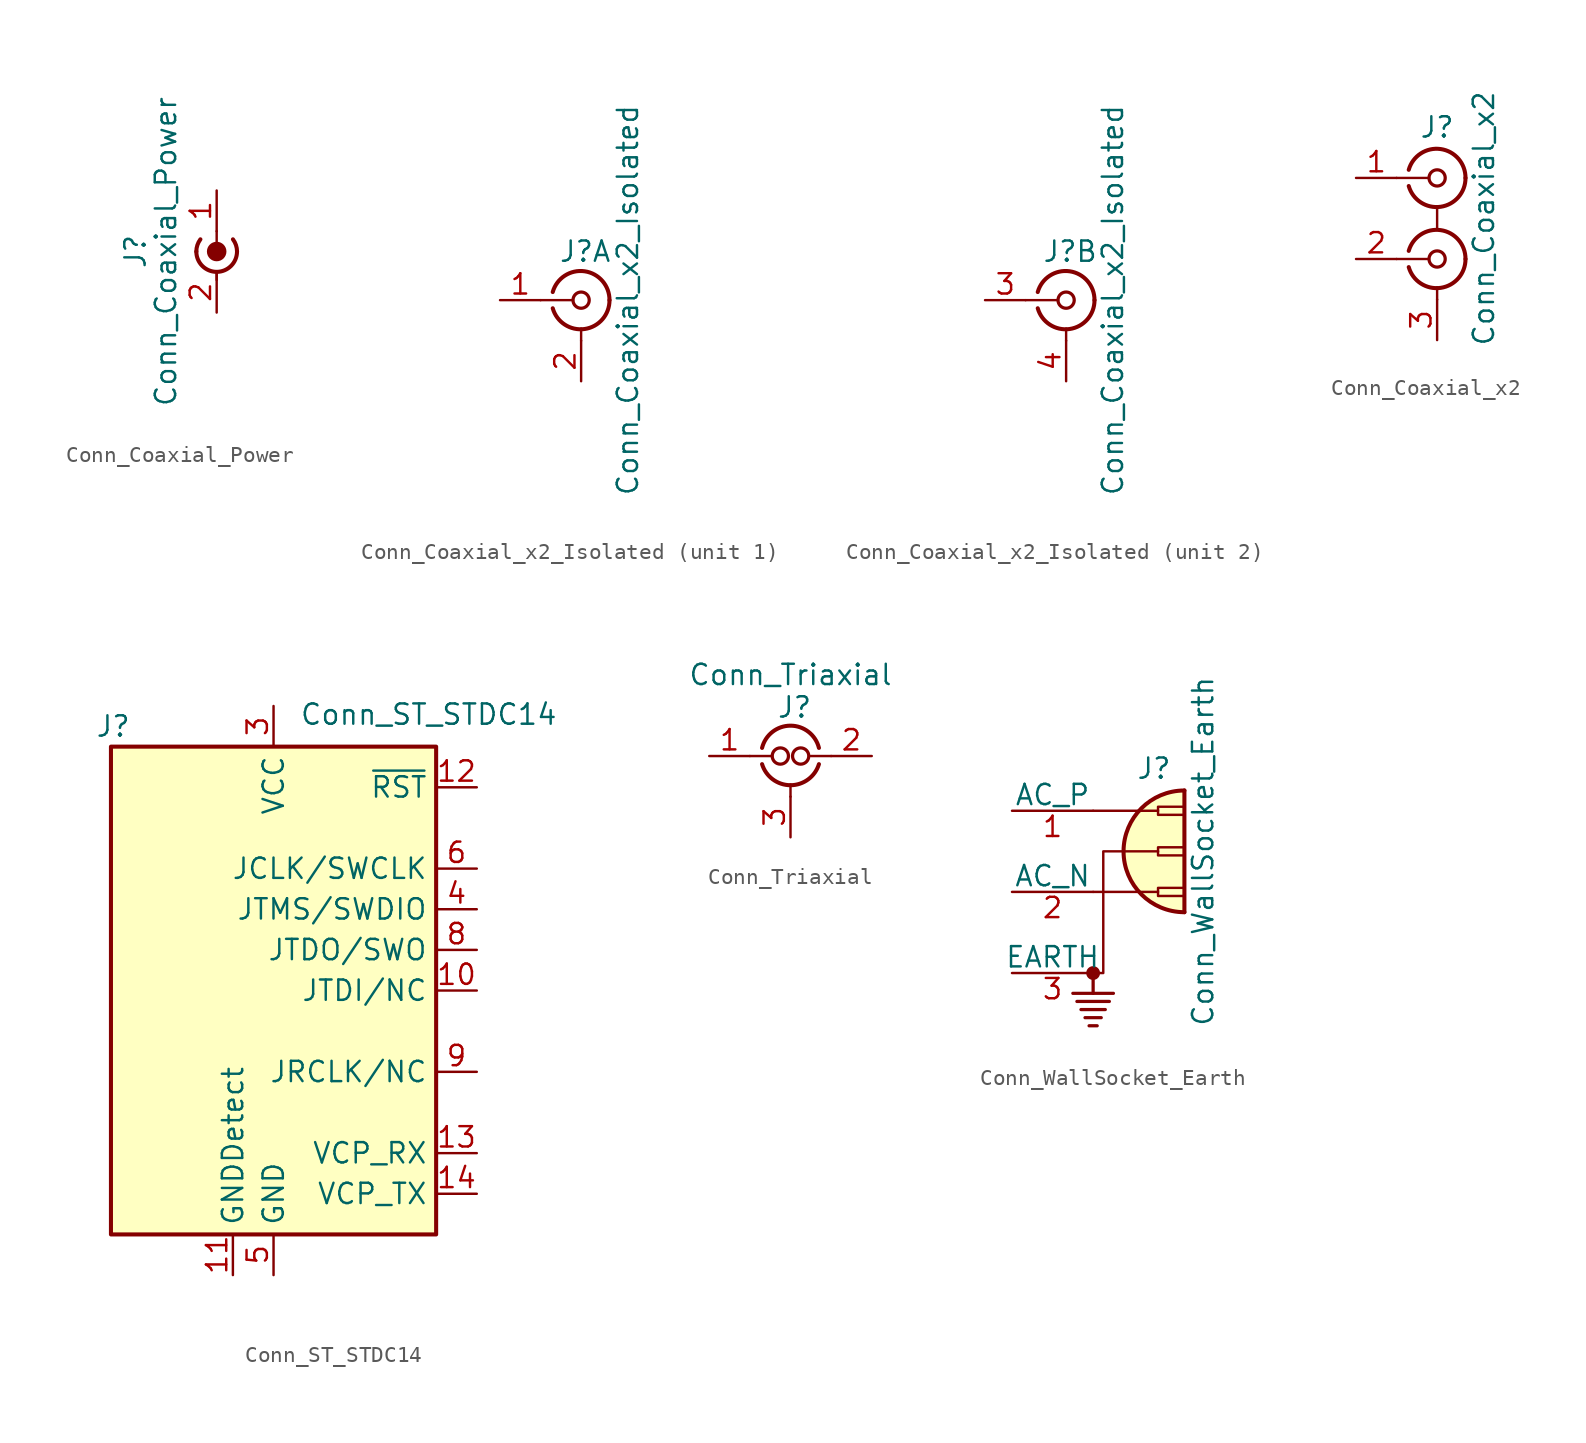
<source format=kicad_sym>
(kicad_symbol_lib
  (version 20220914)
  (generator kicad_symbol_editor)
  (symbol "Conn_Coaxial_Power"
    (pin_names
      (offset 1.016) hide)
    (property "Reference" "J"
      (at -5.08 -1.27 90)
      (effects (font (size 1.27 1.27))))
    (property "Value" "Conn_Coaxial_Power"
      (at -3.175 -1.27 90)
      (effects (font (size 1.27 1.27))))
    (symbol "Conn_Coaxial_Power_0_1"
      (arc (start -1.27 -1.27) (mid 0 -2.5345) (end 1.27 -1.27) (stroke (width 0.254) (type default)) (fill (type none)))
      (arc (start -1.016 -0.508) (mid -1.2048 -0.8684) (end -1.27 -1.27) (stroke (width 0.254) (type default)) (fill (type none)))
      (circle (center 0 -1.27) (radius 0.508) (stroke (width 0.203) (type default)) (fill (type outline)))
      (polyline (pts (xy 0 -2.54) (xy 0 -3.048)) (stroke (width 0) (type default)) (fill (type none)))
      (polyline (pts (xy 0 0) (xy 0 -1.27)) (stroke (width 0) (type default)) (fill (type none)))
      (arc (start 1.27 -1.27) (mid 1.2048 -0.8684) (end 1.016 -0.508) (stroke (width 0.254) (type default)) (fill (type none))))
    (symbol "Conn_Coaxial_Power_1_1"
      (pin passive line (at 0 2.54 270) (length 2.54) (name "In" (effects (font (size 1.27 1.27)))) (number "1" (effects (font (size 1.27 1.27)))))
      (pin passive line (at 0 -5.08 90) (length 2.54) (name "Ext" (effects (font (size 1.27 1.27)))) (number "2" (effects (font (size 1.27 1.27)))))))
  (symbol "Conn_Coaxial_x2_Isolated"
    (pin_names
      (offset 1.016) hide)
    (property "Reference" "J"
      (at 0.254 3.048 0)
      (effects (font (size 1.27 1.27))))
    (property "Value" "Conn_Coaxial_x2_Isolated"
      (at 2.921 0 90)
      (effects (font (size 1.27 1.27))))
    (symbol "Conn_Coaxial_x2_Isolated_0_1"
      (arc (start -1.778 -0.508) (mid 0.2311 -1.8066) (end 1.778 0) (stroke (width 0.254) (type default)) (fill (type none)))
      (polyline (pts (xy -2.54 0) (xy -0.508 0)) (stroke (width 0) (type default)) (fill (type none)))
      (polyline (pts (xy 0 -2.54) (xy 0 -1.778)) (stroke (width 0) (type default)) (fill (type none)))
      (circle (center 0 0) (radius 0.508) (stroke (width 0.203) (type default)) (fill (type none)))
      (arc (start 1.778 0) (mid 0.2099 1.8101) (end -1.778 0.508) (stroke (width 0.254) (type default)) (fill (type none))))
    (symbol "Conn_Coaxial_x2_Isolated_1_1"
      (pin passive line (at -5.08 0 0) (length 2.54) (name "In1" (effects (font (size 1.27 1.27)))) (number "1" (effects (font (size 1.27 1.27)))))
      (pin passive line (at 0 -5.08 90) (length 2.54) (name "Ext1" (effects (font (size 1.27 1.27)))) (number "2" (effects (font (size 1.27 1.27))))))
    (symbol "Conn_Coaxial_x2_Isolated_2_1"
      (pin passive line (at -5.08 0 0) (length 2.54) (name "In2" (effects (font (size 1.27 1.27)))) (number "3" (effects (font (size 1.27 1.27)))))
      (pin passive line (at 0 -5.08 90) (length 2.54) (name "Ext2" (effects (font (size 1.27 1.27)))) (number "4" (effects (font (size 1.27 1.27)))))))
  (symbol "Conn_Coaxial_x2"
    (pin_names
      (offset 1.016) hide)
    (property "Reference" "J"
      (at 0 5.715 0)
      (effects (font (size 1.27 1.27))))
    (property "Value" "Conn_Coaxial_x2"
      (at 2.921 0 90)
      (effects (font (size 1.27 1.27))))
    (symbol "Conn_Coaxial_x2_0_1"
      (arc (start -1.778 -3.048) (mid 0.2311 -4.3466) (end 1.778 -2.54) (stroke (width 0.254) (type default)) (fill (type none)))
      (arc (start -1.778 2.032) (mid 0.2311 0.7334) (end 1.778 2.54) (stroke (width 0.254) (type default)) (fill (type none)))
      (circle (center 0 -2.54) (radius 0.508) (stroke (width 0.203) (type default)) (fill (type none)))
      (polyline (pts (xy -2.54 -2.54) (xy -0.508 -2.54)) (stroke (width 0) (type default)) (fill (type none)))
      (polyline (pts (xy -2.54 2.54) (xy -0.508 2.54)) (stroke (width 0) (type default)) (fill (type none)))
      (polyline (pts (xy 0 -5.08) (xy 0 -4.318)) (stroke (width 0) (type default)) (fill (type none)))
      (polyline (pts (xy 0 0.762) (xy 0 -0.635)) (stroke (width 0) (type default)) (fill (type none)))
      (circle (center 0 2.54) (radius 0.508) (stroke (width 0.203) (type default)) (fill (type none)))
      (arc (start 1.778 -2.54) (mid 0.2099 -0.7299) (end -1.778 -2.032) (stroke (width 0.254) (type default)) (fill (type none)))
      (arc (start 1.778 2.54) (mid 0.2099 4.3501) (end -1.778 3.048) (stroke (width 0.254) (type default)) (fill (type none))))
    (symbol "Conn_Coaxial_x2_1_1"
      (pin passive line (at -5.08 2.54 0) (length 2.54) (name "IN1" (effects (font (size 1.27 1.27)))) (number "1" (effects (font (size 1.27 1.27)))))
      (pin passive line (at -5.08 -2.54 0) (length 2.54) (name "IN2" (effects (font (size 1.27 1.27)))) (number "2" (effects (font (size 1.27 1.27)))))
      (pin passive line (at 0 -7.62 90) (length 2.54) (name "EXT" (effects (font (size 1.27 1.27)))) (number "3" (effects (font (size 1.27 1.27)))))))
  (symbol "Conn_ST_STDC14"
    (property "Reference" "J"
      (at -8.89 16.51 0)
      (effects (font (size 1.27 1.27)) (justify right)))
    (property "Value" "Conn_ST_STDC14"
      (at 17.78 16.51 0)
      (effects (font (size 1.27 1.27)) (justify right bottom)))
    (symbol "Conn_ST_STDC14_0_1"
      (rectangle (start -10.16 15.24) (end 10.16 -15.24) (stroke (width 0.254) (type default)) (fill (type background))))
    (symbol "Conn_ST_STDC14_1_1"
      (pin no_connect line (at -10.16 5.08 0) (length 2.54) hide (name "NC" (effects (font (size 1.27 1.27)))) (number "1" (effects (font (size 1.27 1.27)))))
      (pin output line (at 12.7 0 180) (length 2.54) (name "JTDI/NC" (effects (font (size 1.27 1.27)))) (number "10" (effects (font (size 1.27 1.27)))))
      (pin passive line (at -2.54 -17.78 90) (length 2.54) (name "GNDDetect" (effects (font (size 1.27 1.27)))) (number "11" (effects (font (size 1.27 1.27)))))
      (pin open_collector line (at 12.7 12.7 180) (length 2.54) (name "~{RST}" (effects (font (size 1.27 1.27)))) (number "12" (effects (font (size 1.27 1.27)))))
      (pin output line (at 12.7 -10.16 180) (length 2.54) (name "VCP_RX" (effects (font (size 1.27 1.27)))) (number "13" (effects (font (size 1.27 1.27)))))
      (pin input line (at 12.7 -12.7 180) (length 2.54) (name "VCP_TX" (effects (font (size 1.27 1.27)))) (number "14" (effects (font (size 1.27 1.27)))))
      (pin no_connect line (at -10.16 2.54 0) (length 2.54) hide (name "NC" (effects (font (size 1.27 1.27)))) (number "2" (effects (font (size 1.27 1.27)))))
      (pin power_in line (at 0 17.78 270) (length 2.54) (name "VCC" (effects (font (size 1.27 1.27)))) (number "3" (effects (font (size 1.27 1.27)))))
      (pin bidirectional line (at 12.7 5.08 180) (length 2.54) (name "JTMS/SWDIO" (effects (font (size 1.27 1.27)))) (number "4" (effects (font (size 1.27 1.27)))))
      (pin power_in line (at 0 -17.78 90) (length 2.54) (name "GND" (effects (font (size 1.27 1.27)))) (number "5" (effects (font (size 1.27 1.27)))))
      (pin output line (at 12.7 7.62 180) (length 2.54) (name "JCLK/SWCLK" (effects (font (size 1.27 1.27)))) (number "6" (effects (font (size 1.27 1.27)))))
      (pin passive line (at 0 -17.78 90) (length 2.54) hide (name "GND" (effects (font (size 1.27 1.27)))) (number "7" (effects (font (size 1.27 1.27)))))
      (pin input line (at 12.7 2.54 180) (length 2.54) (name "JTDO/SWO" (effects (font (size 1.27 1.27)))) (number "8" (effects (font (size 1.27 1.27)))))
      (pin input line (at 12.7 -5.08 180) (length 2.54) (name "JRCLK/NC" (effects (font (size 1.27 1.27)))) (number "9" (effects (font (size 1.27 1.27)))))))
  (symbol "Conn_Triaxial"
    (pin_names hide)
    (property "Reference" "J"
      (at 0.254 5.588 0)
      (effects (font (size 1.27 1.27))))
    (property "Value" "Conn_Triaxial"
      (at 0 7.62 0)
      (effects (font (size 1.27 1.27))))
    (symbol "Conn_Triaxial_0_1"
      (arc (start -1.778 2.032) (mid -0.0185 0.7153) (end 1.778 2.032) (stroke (width 0.254) (type default)) (fill (type none)))
      (circle (center -0.635 2.54) (radius 0.508) (stroke (width 0.203) (type default)) (fill (type none)))
      (polyline (pts (xy -2.54 2.54) (xy -1.143 2.54)) (stroke (width 0) (type default)) (fill (type none)))
      (polyline (pts (xy 0 0) (xy 0 0.762)) (stroke (width 0) (type default)) (fill (type none)))
      (polyline (pts (xy 1.27 2.54) (xy 2.54 2.54)) (stroke (width 0) (type default)) (fill (type none)))
      (circle (center 0.635 2.54) (radius 0.508) (stroke (width 0.203) (type default)) (fill (type none)))
      (arc (start 1.778 3.048) (mid -0.0365 4.438) (end -1.778 3.048) (stroke (width 0.254) (type default)) (fill (type none))))
    (symbol "Conn_Triaxial_1_1"
      (pin passive line (at -5.08 2.54 0) (length 2.54) (name "In1" (effects (font (size 1.27 1.27)))) (number "1" (effects (font (size 1.27 1.27)))))
      (pin passive line (at 5.08 2.54 180) (length 2.54) (name "In2" (effects (font (size 1.27 1.27)))) (number "2" (effects (font (size 1.27 1.27)))))
      (pin passive line (at 0 -2.54 90) (length 2.54) (name "Ext" (effects (font (size 1.27 1.27)))) (number "3" (effects (font (size 1.27 1.27)))))))
  (symbol "Conn_WallSocket_Earth"
    (pin_names
      (offset 0))
    (property "Reference" "J"
      (at 3.81 6.985 0)
      (effects (font (size 1.27 1.27)) (justify bottom)))
    (property "Value" "Conn_WallSocket_Earth"
      (at 7.62 2.54 90)
      (effects (font (size 1.27 1.27)) (justify bottom)))
    (symbol "Conn_WallSocket_Earth_0_1"
      (circle (center 0 -5.08) (radius 0.356) (stroke (width 0) (type default)) (fill (type outline)))
      (polyline (pts (xy -1.27 -6.35) (xy 1.27 -6.35)) (stroke (width 0.203) (type default)) (fill (type none)))
      (polyline (pts (xy 0 -5.08) (xy 0 -6.35)) (stroke (width 0.203) (type default)) (fill (type none)))
      (polyline (pts (xy 0.254 -8.382) (xy -0.254 -8.382)) (stroke (width 0.203) (type default)) (fill (type none)))
      (polyline (pts (xy 0.508 -7.874) (xy -0.508 -7.874)) (stroke (width 0.203) (type default)) (fill (type none)))
      (polyline (pts (xy 0.762 -7.366) (xy -0.762 -7.366)) (stroke (width 0.203) (type default)) (fill (type none)))
      (polyline (pts (xy 1.016 -6.858) (xy -1.016 -6.858)) (stroke (width 0.203) (type default)) (fill (type none)))
      (polyline (pts (xy 4.064 0) (xy 0 0)) (stroke (width 0) (type default)) (fill (type none)))
      (polyline (pts (xy 4.064 5.08) (xy 0 5.08)) (stroke (width 0) (type default)) (fill (type none)))
      (polyline (pts (xy 5.715 -1.27) (xy 5.715 6.35)) (stroke (width 0.254) (type default)) (fill (type none)))
      (polyline (pts (xy 0 -5.08) (xy 0.635 -5.08) (xy 0.635 2.54) (xy 4.064 2.54)) (stroke (width 0) (type default)) (fill (type none)))
      (rectangle (start 5.715 -0.254) (end 4.064 0.254) (stroke (width 0) (type default)) (fill (type none)))
      (rectangle (start 5.715 2.286) (end 4.064 2.794) (stroke (width 0) (type default)) (fill (type none)))
      (rectangle (start 5.715 4.826) (end 4.064 5.334) (stroke (width 0) (type default)) (fill (type none)))
      (arc (start 5.715 6.35) (mid 1.9216 2.54) (end 5.715 -1.27) (stroke (width 0.254) (type default)) (fill (type background))))
    (symbol "Conn_WallSocket_Earth_1_1"
      (pin power_in line (at -5.08 5.08 0) (length 5.08) (name "AC_P" (effects (font (size 1.27 1.27)))) (number "1" (effects (font (size 1.27 1.27)))))
      (pin power_in line (at -5.08 0 0) (length 5.08) (name "AC_N" (effects (font (size 1.27 1.27)))) (number "2" (effects (font (size 1.27 1.27)))))
      (pin passive line (at -5.08 -5.08 0) (length 5.08) (name "EARTH" (effects (font (size 1.27 1.27)))) (number "3" (effects (font (size 1.27 1.27))))))))
</source>
